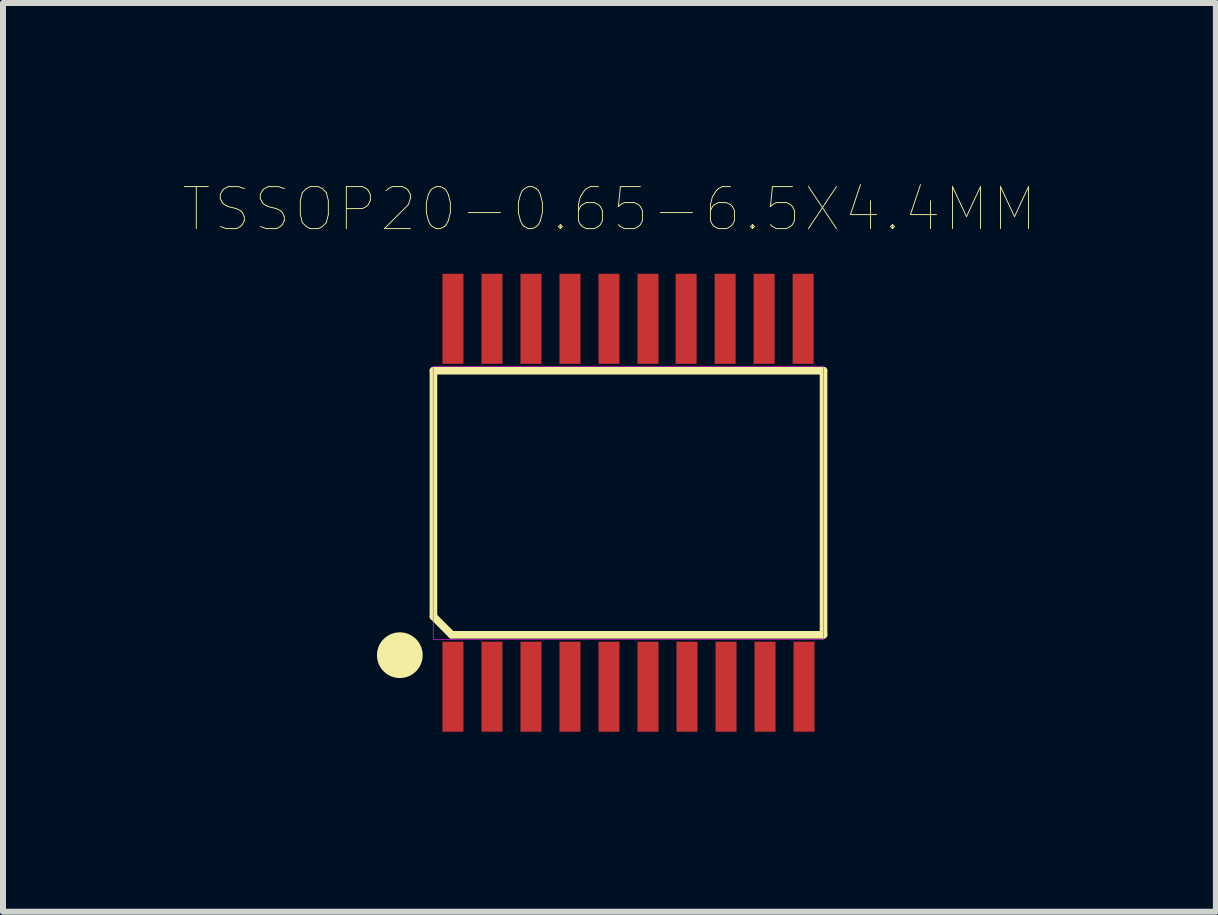
<source format=kicad_pcb>
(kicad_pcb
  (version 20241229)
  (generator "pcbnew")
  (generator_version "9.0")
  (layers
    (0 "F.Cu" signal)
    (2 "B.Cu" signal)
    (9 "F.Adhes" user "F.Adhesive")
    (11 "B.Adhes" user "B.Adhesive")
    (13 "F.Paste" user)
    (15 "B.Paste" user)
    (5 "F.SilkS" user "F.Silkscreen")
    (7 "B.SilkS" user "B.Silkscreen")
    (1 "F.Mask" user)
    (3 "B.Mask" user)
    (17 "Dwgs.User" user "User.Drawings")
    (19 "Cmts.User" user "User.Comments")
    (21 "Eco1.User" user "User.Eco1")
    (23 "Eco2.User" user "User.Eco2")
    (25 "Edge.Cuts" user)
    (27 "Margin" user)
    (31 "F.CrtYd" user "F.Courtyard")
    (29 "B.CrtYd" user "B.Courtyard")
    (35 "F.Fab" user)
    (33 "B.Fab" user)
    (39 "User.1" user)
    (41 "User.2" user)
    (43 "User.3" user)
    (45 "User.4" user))
  (footprint "TSSOP20-0.65-6.5X4.4MM"
    (layer "F.Cu")
    (at 7.422 5.327)
    (property "Reference" "TSSOP20-0.65-6.5X4.4MM" (at -0.318 -4.891 0) (layer "F.SilkS") (effects (font (size 0.7 0.7) (thickness 0.015))))
    (attr through_hole)
    (fp_line (start -3.25 -2.2) (end 3.25 -2.2) (stroke (width 0.127) (type solid)) (layer "F.SilkS"))
    (fp_line (start -3.25 1.896) (end -3.25 -2.2) (stroke (width 0.127) (type solid)) (layer "F.SilkS"))
    (fp_line (start -2.946 2.2) (end -3.25 1.896) (stroke (width 0.127) (type solid)) (layer "F.SilkS"))
    (fp_line (start 3.25 -2.2) (end 3.25 2.2) (stroke (width 0.127) (type solid)) (layer "F.SilkS"))
    (fp_line (start 3.25 2.2) (end -2.946 2.2) (stroke (width 0.127) (type solid)) (layer "F.SilkS"))
    (fp_circle (center -3.81 2.54) (end -3.429 2.54) (stroke (width 0) (type solid)) (fill yes) (layer "F.SilkS"))
    (fp_poly (pts (xy -3.254 -2.275) (xy 3.25 -2.275) (xy 3.25 2.278) (xy -3.254 2.278)) (stroke (width 0.01) (type solid)) (fill no) (layer "F.CrtYd"))
    (pad "1" smd rect (at -2.925 3.065) (size 0.35 1.5) (layers "F.Cu" "F.Mask" "F.Paste"))
    (pad "2" smd rect (at -2.275 3.065) (size 0.35 1.5) (layers "F.Cu" "F.Mask" "F.Paste"))
    (pad "3" smd rect (at -1.625 3.065) (size 0.35 1.5) (layers "F.Cu" "F.Mask" "F.Paste"))
    (pad "4" smd rect (at -0.975 3.065) (size 0.35 1.5) (layers "F.Cu" "F.Mask" "F.Paste"))
    (pad "5" smd rect (at -0.325 3.065) (size 0.35 1.5) (layers "F.Cu" "F.Mask" "F.Paste"))
    (pad "6" smd rect (at 0.325 3.065) (size 0.35 1.5) (layers "F.Cu" "F.Mask" "F.Paste"))
    (pad "7" smd rect (at 0.975 3.065) (size 0.35 1.5) (layers "F.Cu" "F.Mask" "F.Paste"))
    (pad "8" smd rect (at 1.625 3.065) (size 0.35 1.5) (layers "F.Cu" "F.Mask" "F.Paste"))
    (pad "9" smd rect (at 2.275 3.065) (size 0.35 1.5) (layers "F.Cu" "F.Mask" "F.Paste"))
    (pad "10" smd rect (at 2.925 3.065) (size 0.35 1.5) (layers "F.Cu" "F.Mask" "F.Paste"))
    (pad "11" smd rect (at 2.91 -3.065) (size 0.35 1.5) (layers "F.Cu" "F.Mask" "F.Paste"))
    (pad "12" smd rect (at 2.26 -3.065) (size 0.35 1.5) (layers "F.Cu" "F.Mask" "F.Paste"))
    (pad "13" smd rect (at 1.61 -3.065) (size 0.35 1.5) (layers "F.Cu" "F.Mask" "F.Paste"))
    (pad "14" smd rect (at 0.96 -3.065) (size 0.35 1.5) (layers "F.Cu" "F.Mask" "F.Paste"))
    (pad "15" smd rect (at 0.325 -3.065) (size 0.35 1.5) (layers "F.Cu" "F.Mask" "F.Paste"))
    (pad "16" smd rect (at -0.325 -3.065) (size 0.35 1.5) (layers "F.Cu" "F.Mask" "F.Paste"))
    (pad "17" smd rect (at -0.975 -3.065) (size 0.35 1.5) (layers "F.Cu" "F.Mask" "F.Paste"))
    (pad "18" smd rect (at -1.625 -3.065) (size 0.35 1.5) (layers "F.Cu" "F.Mask" "F.Paste"))
    (pad "19" smd rect (at -2.275 -3.065) (size 0.35 1.5) (layers "F.Cu" "F.Mask" "F.Paste"))
    (pad "20" smd rect (at -2.925 -3.065) (size 0.35 1.5) (layers "F.Cu" "F.Mask" "F.Paste")))
  (gr_rect
    (start -3 -3)
    (end 17.209 12.142)
    (stroke (width 0.1) (type default))
    (fill no)
    (layer "Edge.Cuts")))
</source>
